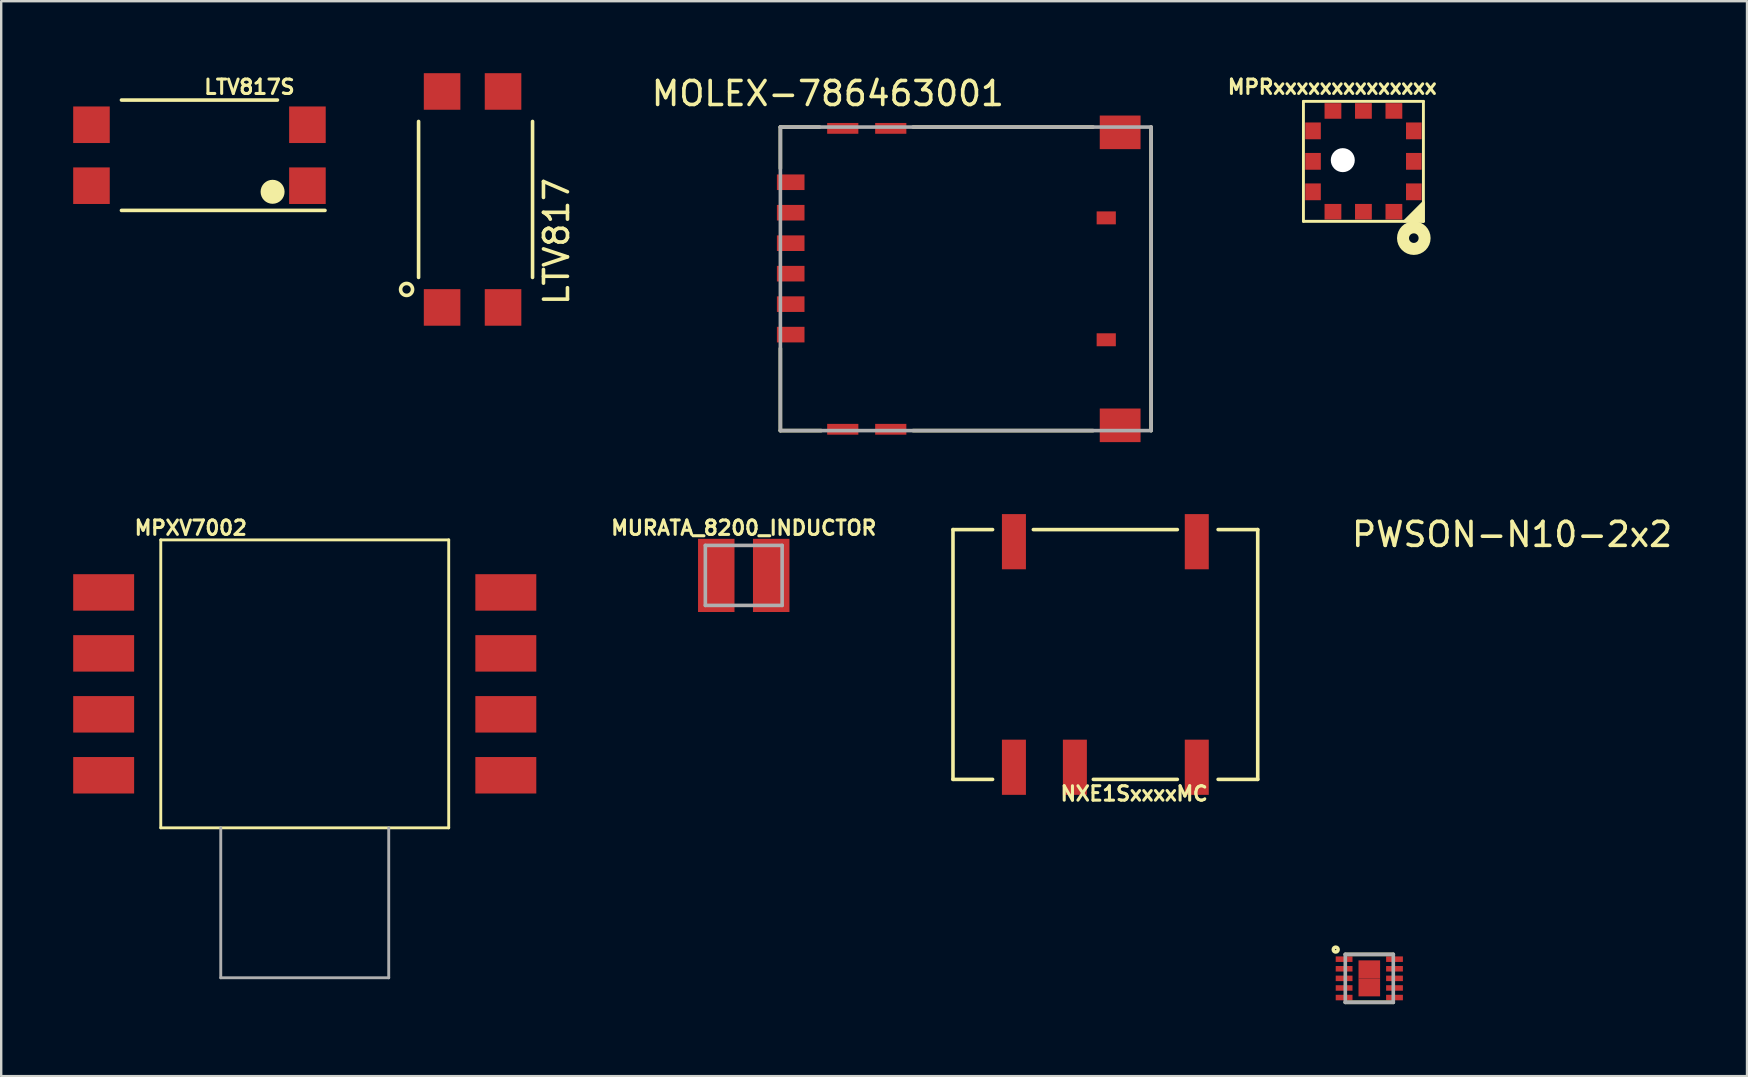
<source format=kicad_pcb>
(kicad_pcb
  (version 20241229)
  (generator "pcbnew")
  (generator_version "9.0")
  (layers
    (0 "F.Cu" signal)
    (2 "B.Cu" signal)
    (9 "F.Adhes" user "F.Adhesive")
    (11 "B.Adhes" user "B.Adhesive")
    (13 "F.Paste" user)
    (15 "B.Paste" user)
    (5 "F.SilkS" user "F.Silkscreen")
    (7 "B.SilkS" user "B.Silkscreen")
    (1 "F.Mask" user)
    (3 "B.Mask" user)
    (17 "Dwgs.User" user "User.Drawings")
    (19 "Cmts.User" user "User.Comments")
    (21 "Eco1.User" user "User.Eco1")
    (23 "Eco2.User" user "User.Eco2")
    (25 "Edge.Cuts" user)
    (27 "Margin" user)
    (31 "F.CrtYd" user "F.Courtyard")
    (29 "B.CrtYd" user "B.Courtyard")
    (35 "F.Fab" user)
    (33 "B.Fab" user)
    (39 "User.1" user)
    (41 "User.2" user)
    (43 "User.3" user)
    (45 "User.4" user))
  (footprint "MURATA_8200_INDUCTOR"
    (layer "F.Cu")
    (at 27.945 20.93)
    (property "Reference" "MURATA_8200_INDUCTOR" (at 0 -1.981 0) (layer "F.SilkS") (effects (font (size 0.6 0.6) (thickness 0.127))))
    (attr through_hole)
    (fp_line (start -1.6 -1.25) (end 1.6 -1.25) (stroke (width 0.15) (type solid)) (layer "F.Fab"))
    (fp_line (start -1.6 1.25) (end -1.6 -1.25) (stroke (width 0.15) (type solid)) (layer "F.Fab"))
    (fp_line (start -1.6 1.25) (end 1.6 1.25) (stroke (width 0.15) (type solid)) (layer "F.Fab"))
    (fp_line (start 1.6 -1.25) (end 1.6 1.25) (stroke (width 0.15) (type solid)) (layer "F.Fab"))
    (pad "1" smd rect (at -1.145 0) (size 1.52 3.05) (layers "F.Cu" "F.Mask" "F.Paste"))
    (pad "2" smd rect (at 1.145 0) (size 1.52 3.05) (layers "F.Cu" "F.Mask" "F.Paste")))
  (footprint "MPXV7002"
    (layer "F.Cu")
    (at 9.65 25.449)
    (property "Reference" "MPXV7002" (at -4.75 -6.5 0) (layer "F.SilkS") (effects (font (size 0.6 0.6) (thickness 0.127))))
    (attr through_hole)
    (fp_line (start -6 -6) (end -6 6) (stroke (width 0.12) (type solid)) (layer "F.SilkS"))
    (fp_line (start -6 6) (end 6 6) (stroke (width 0.12) (type solid)) (layer "F.SilkS"))
    (fp_line (start 6 -6) (end -6 -6) (stroke (width 0.12) (type solid)) (layer "F.SilkS"))
    (fp_line (start 6 6) (end 6 -6) (stroke (width 0.12) (type solid)) (layer "F.SilkS"))
    (fp_line (start -3.5 6) (end -3.5 12.25) (stroke (width 0.12) (type solid)) (layer "F.Fab"))
    (fp_line (start -3.5 12.25) (end 3.5 12.25) (stroke (width 0.12) (type solid)) (layer "F.Fab"))
    (fp_line (start 3.5 12.25) (end 3.5 6) (stroke (width 0.12) (type solid)) (layer "F.Fab"))
    (pad "1" smd rect (at 8.38 3.81) (size 2.54 1.52) (layers "F.Cu" "F.Mask" "F.Paste"))
    (pad "2" smd rect (at 8.38 1.27) (size 2.54 1.52) (layers "F.Cu" "F.Mask" "F.Paste"))
    (pad "3" smd rect (at 8.38 -1.27) (size 2.54 1.52) (layers "F.Cu" "F.Mask" "F.Paste"))
    (pad "4" smd rect (at 8.38 -3.81) (size 2.54 1.52) (layers "F.Cu" "F.Mask" "F.Paste"))
    (pad "5" smd rect (at -8.38 -3.81) (size 2.54 1.52) (layers "F.Cu" "F.Mask" "F.Paste"))
    (pad "6" smd rect (at -8.38 -1.27) (size 2.54 1.52) (layers "F.Cu" "F.Mask" "F.Paste"))
    (pad "7" smd rect (at -8.38 1.27) (size 2.54 1.52) (layers "F.Cu" "F.Mask" "F.Paste"))
    (pad "8" smd rect (at -8.38 3.81) (size 2.54 1.52) (layers "F.Cu" "F.Mask" "F.Paste")))
  (footprint "NXE1SxxxxMC"
    (layer "F.Cu")
    (at 43.015 24.225)
    (property "Reference" "NXE1SxxxxMC" (at 1.2 5.8 0) (layer "F.SilkS") (effects (font (size 0.6 0.6) (thickness 0.127))))
    (attr smd)
    (fp_line (start -6.35 -5.205) (end -6.35 5.205) (stroke (width 0.15) (type solid)) (layer "F.SilkS"))
    (fp_line (start -6.35 -5.205) (end -4.7 -5.205) (stroke (width 0.15) (type solid)) (layer "F.SilkS"))
    (fp_line (start -6.35 5.205) (end -4.7 5.205) (stroke (width 0.15) (type solid)) (layer "F.SilkS"))
    (fp_line (start -3 -5.205) (end 3 -5.205) (stroke (width 0.15) (type solid)) (layer "F.SilkS"))
    (fp_line (start 3 5.205) (end -0.5 5.205) (stroke (width 0.15) (type solid)) (layer "F.SilkS"))
    (fp_line (start 6.35 -5.205) (end 4.7 -5.205) (stroke (width 0.15) (type solid)) (layer "F.SilkS"))
    (fp_line (start 6.35 -5.205) (end 6.35 5.205) (stroke (width 0.15) (type solid)) (layer "F.SilkS"))
    (fp_line (start 6.35 5.205) (end 4.7 5.205) (stroke (width 0.15) (type solid)) (layer "F.SilkS"))
    (pad "1" smd rect (at -3.81 4.7) (size 1 2.3) (layers "F.Cu" "F.Mask" "F.Paste"))
    (pad "3" smd rect (at -1.27 4.7) (size 1 2.3) (layers "F.Cu" "F.Mask" "F.Paste"))
    (pad "7" smd rect (at 3.81 4.7) (size 1 2.3) (layers "F.Cu" "F.Mask" "F.Paste"))
    (pad "8" smd rect (at 3.81 -4.7) (size 1 2.3) (layers "F.Cu" "F.Mask" "F.Paste"))
    (pad "14" smd rect (at -3.81 -4.7) (size 1 2.3) (layers "F.Cu" "F.Mask" "F.Paste")))
  (footprint "MPRxxxxxxxxxxxxxx"
    (layer "F.Cu")
    (at 53.77 3.674)
    (property "Reference" "MPRxxxxxxxxxxxxxx" (at -1.3 -3.1 0) (layer "F.SilkS") (effects (font (size 0.6 0.6) (thickness 0.127))))
    (attr through_hole)
    (fp_line (start -2.5 -2.5) (end 2.5 -2.5) (stroke (width 0.12) (type solid)) (layer "F.SilkS"))
    (fp_line (start -2.5 2.5) (end -2.5 -2.5) (stroke (width 0.12) (type solid)) (layer "F.SilkS"))
    (fp_line (start 2.5 -2.5) (end 2.5 2.5) (stroke (width 0.12) (type solid)) (layer "F.SilkS"))
    (fp_line (start 2.5 2.5) (end -2.5 2.5) (stroke (width 0.12) (type solid)) (layer "F.SilkS"))
    (fp_circle (center 2.1 3.2) (end 2.3 3.2) (stroke (width 0.5) (type solid)) (fill no) (layer "F.SilkS"))
    (fp_poly (pts (xy 2.5 2.5) (xy 1.7 2.5) (xy 2.5 1.7)) (stroke (width 0.1) (type solid)) (fill yes) (layer "F.SilkS"))
    (pad "" np_thru_hole circle (at -0.86 -0.05 270) (size 1 1) (drill 1) (layers "*.Cu" "*.Mask"))
    (pad "1" smd rect (at 1.27 2.1) (size 0.7 0.65) (layers "F.Cu" "F.Mask" "F.Paste"))
    (pad "2" smd rect (at 0 2.1) (size 0.7 0.65) (layers "F.Cu" "F.Mask" "F.Paste"))
    (pad "3" smd rect (at -1.27 2.1) (size 0.7 0.65) (layers "F.Cu" "F.Mask" "F.Paste"))
    (pad "4" smd rect (at -2.1 1.27 90) (size 0.7 0.65) (layers "F.Cu" "F.Mask" "F.Paste"))
    (pad "5" smd rect (at -2.1 0 90) (size 0.7 0.65) (layers "F.Cu" "F.Mask" "F.Paste"))
    (pad "6" smd rect (at -2.1 -1.27 90) (size 0.7 0.65) (layers "F.Cu" "F.Mask" "F.Paste"))
    (pad "7" smd rect (at -1.27 -2.1 180) (size 0.7 0.65) (layers "F.Cu" "F.Mask" "F.Paste"))
    (pad "8" smd rect (at 0 -2.1 180) (size 0.7 0.65) (layers "F.Cu" "F.Mask" "F.Paste"))
    (pad "9" smd rect (at 1.27 -2.1 180) (size 0.7 0.65) (layers "F.Cu" "F.Mask" "F.Paste"))
    (pad "10" smd rect (at 2.1 -1.27 270) (size 0.7 0.65) (layers "F.Cu" "F.Mask" "F.Paste"))
    (pad "11" smd rect (at 2.1 0 270) (size 0.7 0.65) (layers "F.Cu" "F.Mask" "F.Paste"))
    (pad "12" smd rect (at 2.1 1.27 270) (size 0.7 0.65) (layers "F.Cu" "F.Mask" "F.Paste")))
  (footprint "PWSON-N10-2x2"
    (layer "F.Cu")
    (at 54.015 37.723)
    (property "Reference" "PWSON-N10-2x2" (at 5.95 -18.5 0) (layer "F.SilkS") (effects (font (size 1 1) (thickness 0.15))))
    (attr smd)
    (fp_line (start -1 -1) (end 1 -1) (stroke (width 0.15) (type solid)) (layer "F.SilkS"))
    (fp_line (start -1 1) (end 1 1) (stroke (width 0.15) (type solid)) (layer "F.SilkS"))
    (fp_circle (center -1.4 -1.2) (end -1.3 -1.2) (stroke (width 0.15) (type solid)) (fill no) (layer "F.SilkS"))
    (fp_line (start -1 -1) (end 1 -1) (stroke (width 0.15) (type solid)) (layer "F.Fab"))
    (fp_line (start -1 1) (end -1 -1) (stroke (width 0.15) (type solid)) (layer "F.Fab"))
    (fp_line (start 1 -1) (end 1 1) (stroke (width 0.15) (type solid)) (layer "F.Fab"))
    (fp_line (start 1 1) (end -1 1) (stroke (width 0.15) (type solid)) (layer "F.Fab"))
    (pad "1" smd rect (at -1.05 -0.8) (size 0.7 0.23) (layers "F.Cu" "F.Mask" "F.Paste"))
    (pad "2" smd rect (at -1.05 -0.4) (size 0.7 0.23) (layers "F.Cu" "F.Mask" "F.Paste"))
    (pad "3" smd rect (at -1.05 0) (size 0.7 0.23) (layers "F.Cu" "F.Mask" "F.Paste"))
    (pad "4" smd rect (at -1.05 0.4) (size 0.7 0.23) (layers "F.Cu" "F.Mask" "F.Paste"))
    (pad "5" smd rect (at -1.05 0.8) (size 0.7 0.23) (layers "F.Cu" "F.Mask" "F.Paste"))
    (pad "6" smd rect (at 1.05 0.8) (size 0.7 0.23) (layers "F.Cu" "F.Mask" "F.Paste"))
    (pad "7" smd rect (at 1.05 0.4) (size 0.7 0.23) (layers "F.Cu" "F.Mask" "F.Paste"))
    (pad "8" smd rect (at 1.05 0) (size 0.7 0.23) (layers "F.Cu" "F.Mask" "F.Paste"))
    (pad "9" smd rect (at 1.05 -0.4) (size 0.7 0.23) (layers "F.Cu" "F.Mask" "F.Paste"))
    (pad "10" smd rect (at 1.05 -0.8) (size 0.7 0.23) (layers "F.Cu" "F.Mask" "F.Paste"))
    (pad "11" smd rect (at 0 -0.375) (size 0.9 0.75) (layers "F.Cu" "F.Mask" "F.Paste"))
    (pad "11" smd rect (at 0 0.375) (size 0.9 0.75) (layers "F.Cu" "F.Mask" "F.Paste")))
  (footprint "LTV817"
    (layer "F.Cu")
    (at 16.644 5.262)
    (property "Reference" "LTV817" (at 3.5 1.75 90) (layer "F.SilkS") (effects (font (size 1 1) (thickness 0.15))))
    (attr through_hole)
    (fp_line (start -2.25 -3.25) (end -2.25 3.25) (stroke (width 0.15) (type solid)) (layer "F.SilkS"))
    (fp_line (start 2.5 -3.25) (end 2.5 3.25) (stroke (width 0.15) (type solid)) (layer "F.SilkS"))
    (fp_circle (center -2.75 3.75) (end -2.5 3.75) (stroke (width 0.15) (type solid)) (fill no) (layer "F.SilkS"))
    (pad "1" smd rect (at -1.27 4.5) (size 1.524 1.524) (layers "F.Cu" "F.Mask" "F.Paste"))
    (pad "2" smd rect (at 1.27 4.5) (size 1.524 1.524) (layers "F.Cu" "F.Mask" "F.Paste"))
    (pad "3" smd rect (at 1.27 -4.5) (size 1.524 1.524) (layers "F.Cu" "F.Mask" "F.Paste"))
    (pad "4" smd rect (at -1.27 -4.5) (size 1.524 1.524) (layers "F.Cu" "F.Mask" "F.Paste")))
  (footprint "MOLEX-786463001"
    (layer "F.Cu")
    (at 29.902 8.57)
    (property "Reference" "MOLEX-786463001" (at 1.549 -7.722 0) (layer "F.SilkS") (effects (font (size 1 1) (thickness 0.15))))
    (attr through_hole)
    (fp_line (start -0.43 -6.325) (end 1.2 -6.325) (stroke (width 0.15) (type solid)) (layer "F.SilkS"))
    (fp_line (start -0.43 -4.6) (end -0.43 -6.325) (stroke (width 0.15) (type solid)) (layer "F.SilkS"))
    (fp_line (start -0.43 2.9) (end -0.43 6.325) (stroke (width 0.15) (type solid)) (layer "F.SilkS"))
    (fp_line (start -0.43 6.325) (end 1.27 6.325) (stroke (width 0.15) (type solid)) (layer "F.SilkS"))
    (fp_line (start 5.1 -6.325) (end 12.6 -6.325) (stroke (width 0.15) (type solid)) (layer "F.SilkS"))
    (fp_line (start 5.1 6.325) (end 12.6 6.325) (stroke (width 0.15) (type solid)) (layer "F.SilkS"))
    (fp_line (start 15.02 -6.325) (end 15.02 6.325) (stroke (width 0.15) (type solid)) (layer "F.SilkS"))
    (fp_line (start -0.43 -6.325) (end -0.43 6.325) (stroke (width 0.15) (type solid)) (layer "F.Fab"))
    (fp_line (start -0.43 -6.325) (end 15.02 -6.325) (stroke (width 0.15) (type solid)) (layer "F.Fab"))
    (fp_line (start -0.43 6.325) (end 15.02 6.325) (stroke (width 0.15) (type solid)) (layer "F.Fab"))
    (fp_line (start 15.02 -6.325) (end 15.02 6.325) (stroke (width 0.15) (type solid)) (layer "F.Fab"))
    (pad "" smd rect (at 2.17 -6.27) (size 1.3 0.45) (layers "F.Cu" "F.Mask" "F.Paste"))
    (pad "" smd rect (at 2.17 6.27) (size 1.3 0.45) (layers "F.Cu" "F.Mask" "F.Paste"))
    (pad "" smd rect (at 4.17 -6.27) (size 1.3 0.45) (layers "F.Cu" "F.Mask" "F.Paste"))
    (pad "" smd rect (at 4.17 6.27) (size 1.3 0.45) (layers "F.Cu" "F.Mask" "F.Paste"))
    (pad "" smd rect (at 13.73 -6.105) (size 1.7 1.4) (layers "F.Cu" "F.Mask" "F.Paste"))
    (pad "" smd rect (at 13.73 6.105) (size 1.7 1.4) (layers "F.Cu" "F.Mask" "F.Paste"))
    (pad "1" smd rect (at 0 -2.755) (size 1.15 0.65) (layers "F.Cu" "F.Mask" "F.Paste"))
    (pad "2" smd rect (at 0 -0.215) (size 1.15 0.65) (layers "F.Cu" "F.Mask" "F.Paste"))
    (pad "3" smd rect (at 0 2.325) (size 1.15 0.65) (layers "F.Cu" "F.Mask" "F.Paste"))
    (pad "5" smd rect (at 0 -4.025) (size 1.15 0.65) (layers "F.Cu" "F.Mask" "F.Paste"))
    (pad "6" smd rect (at 0 -1.485) (size 1.15 0.65) (layers "F.Cu" "F.Mask" "F.Paste"))
    (pad "7" smd rect (at 0 1.055) (size 1.15 0.65) (layers "F.Cu" "F.Mask" "F.Paste"))
    (pad "X1" smd rect (at 13.15 -2.54) (size 0.8 0.54) (layers "F.Cu" "F.Mask" "F.Paste"))
    (pad "X2" smd rect (at 13.15 2.54) (size 0.8 0.54) (layers "F.Cu" "F.Mask" "F.Paste")))
  (footprint "LTV817S"
    (layer "F.Cu")
    (at 5.262 3.419)
    (property "Reference" "LTV817S" (at 2.083 -2.845 180) (layer "F.SilkS") (effects (font (size 0.6 0.6) (thickness 0.127))))
    (attr through_hole)
    (fp_line (start -3.25 -2.3) (end 3.25 -2.3) (stroke (width 0.15) (type solid)) (layer "F.SilkS"))
    (fp_line (start -3.25 2.3) (end 5.232 2.3) (stroke (width 0.15) (type solid)) (layer "F.SilkS"))
    (fp_circle (center 3.048 1.524) (end 3.298 1.524) (stroke (width 0.5) (type solid)) (fill no) (layer "F.SilkS"))
    (pad "1" smd rect (at 4.5 1.27 90) (size 1.524 1.524) (layers "F.Cu" "F.Mask" "F.Paste"))
    (pad "2" smd rect (at 4.5 -1.27 90) (size 1.524 1.524) (layers "F.Cu" "F.Mask" "F.Paste"))
    (pad "3" smd rect (at -4.5 -1.27 90) (size 1.524 1.524) (layers "F.Cu" "F.Mask" "F.Paste"))
    (pad "4" smd rect (at -4.5 1.27 90) (size 1.524 1.524) (layers "F.Cu" "F.Mask" "F.Paste")))
  (gr_rect
    (start -3 -3)
    (end 69.756 41.798)
    (stroke (width 0.1) (type default))
    (fill no)
    (layer "Edge.Cuts")))
</source>
